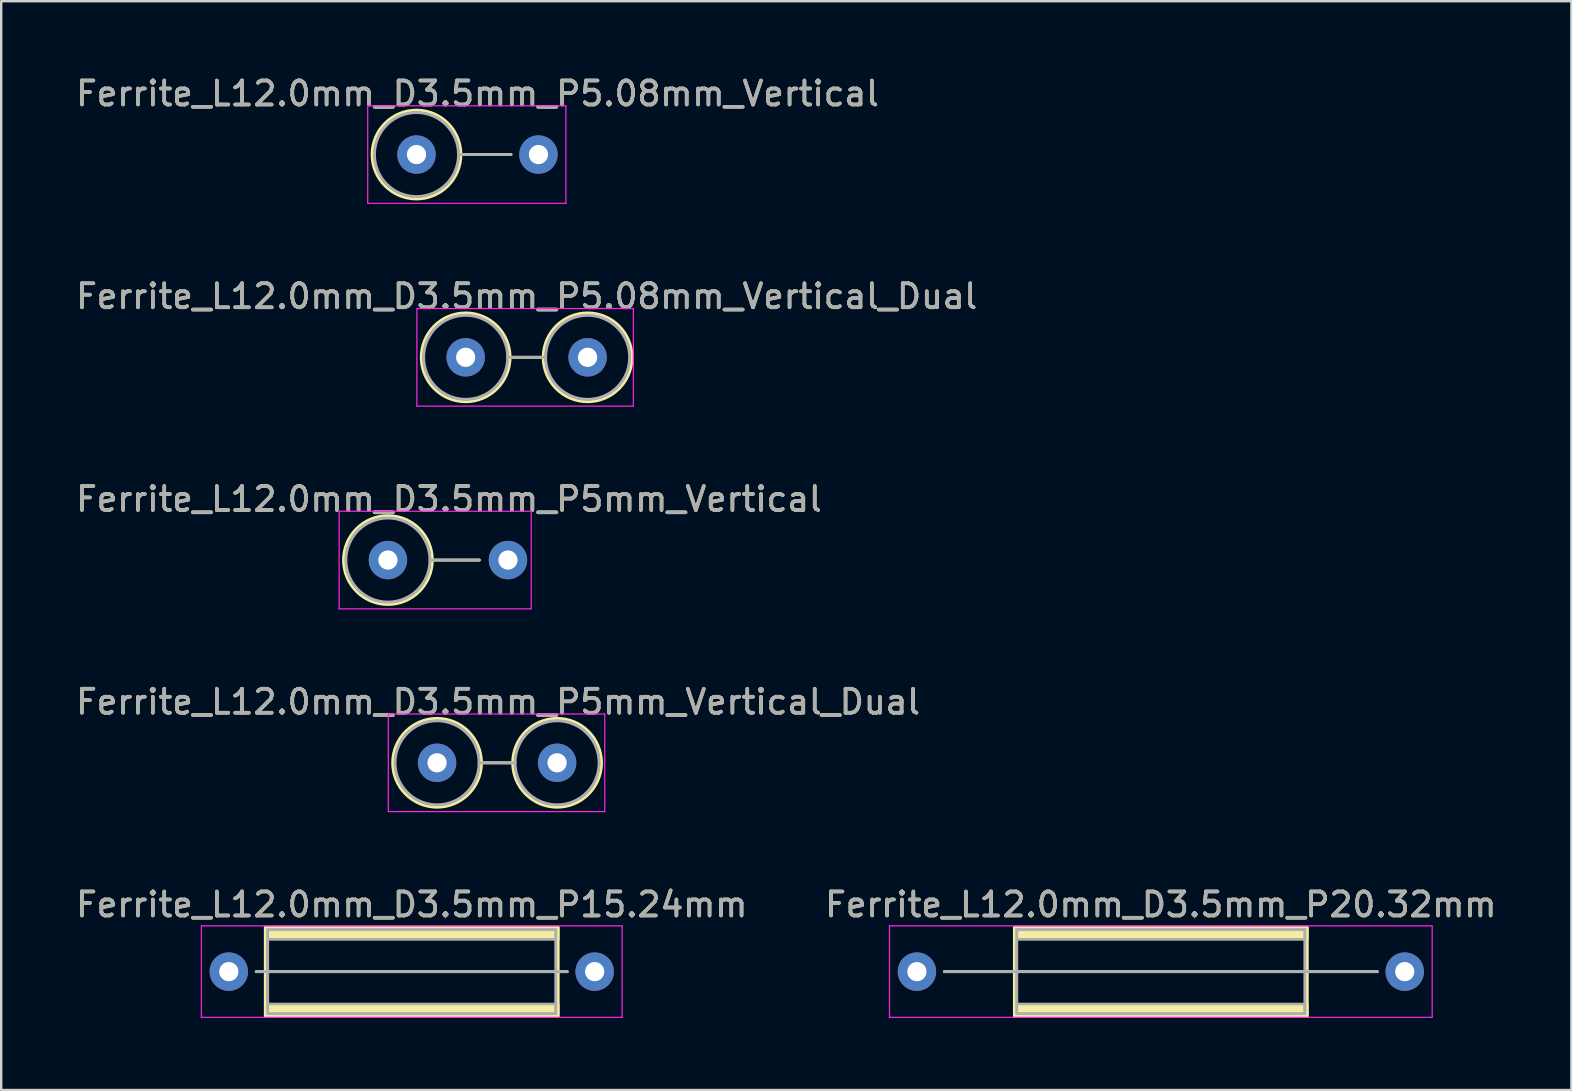
<source format=kicad_pcb>
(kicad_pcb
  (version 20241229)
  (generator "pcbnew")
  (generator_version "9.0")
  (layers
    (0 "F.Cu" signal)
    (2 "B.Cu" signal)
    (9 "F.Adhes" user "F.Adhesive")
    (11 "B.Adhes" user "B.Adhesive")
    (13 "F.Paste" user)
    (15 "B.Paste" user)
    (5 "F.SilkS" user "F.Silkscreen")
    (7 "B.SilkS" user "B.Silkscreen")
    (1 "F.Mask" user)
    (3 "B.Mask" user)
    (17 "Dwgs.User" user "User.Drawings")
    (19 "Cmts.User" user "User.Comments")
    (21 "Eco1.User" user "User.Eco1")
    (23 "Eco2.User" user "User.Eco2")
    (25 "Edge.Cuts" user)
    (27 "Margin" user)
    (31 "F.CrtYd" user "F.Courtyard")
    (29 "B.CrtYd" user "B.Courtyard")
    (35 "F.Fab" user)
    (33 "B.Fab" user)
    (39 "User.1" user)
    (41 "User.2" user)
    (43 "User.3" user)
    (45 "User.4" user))
  (footprint "Ferrite_L12.0mm_D3.5mm_P15.24mm"
    (layer "F.Cu")
    (at 6.481 37.423)
    (property "Reference" "Ferrite_L12.0mm_D3.5mm_P15.24mm" (at 7.62 -2.794 0) (layer "F.SilkS") (effects (font (size 1 1) (thickness 0.15))))
    (fp_line (start 9.234 0.000002) (end 1.143 0) (stroke (width 0.12) (type solid)) (layer "F.SilkS"))
    (fp_line (start 9.234 0.000002) (end 14.097 0) (stroke (width 0.12) (type solid)) (layer "F.SilkS"))
    (fp_rect (start 1.52 -1.85) (end 13.72 1.85) (stroke (width 0.12) (type solid)) (fill no) (layer "F.SilkS"))
    (fp_poly (pts (xy 1.52 1.35) (xy 13.72 1.35) (xy 13.72 1.85) (xy 1.52 1.85)) (stroke (width 0.1) (type solid)) (fill yes) (layer "F.SilkS"))
    (fp_poly (pts (xy 13.72 -1.35) (xy 1.52 -1.35) (xy 1.52 -1.85) (xy 13.72 -1.85)) (stroke (width 0.1) (type solid)) (fill yes) (layer "F.SilkS"))
    (fp_line (start -1.143 -1.905) (end 16.383 -1.905) (stroke (width 0.05) (type solid)) (layer "F.CrtYd"))
    (fp_line (start -1.143 1.905) (end -1.143 -1.905) (stroke (width 0.05) (type solid)) (layer "F.CrtYd"))
    (fp_line (start 16.383 -1.905) (end 16.383 1.905) (stroke (width 0.05) (type solid)) (layer "F.CrtYd"))
    (fp_line (start 16.383 1.905) (end -1.143 1.905) (stroke (width 0.05) (type solid)) (layer "F.CrtYd"))
    (fp_line (start 1.62 -1.75) (end 1.62 1.75) (stroke (width 0.12) (type solid)) (layer "F.Fab"))
    (fp_line (start 1.62 -1.75) (end 13.62 -1.75) (stroke (width 0.12) (type solid)) (layer "F.Fab"))
    (fp_line (start 9.107 0.000002) (end 1.143 0) (stroke (width 0.12) (type solid)) (layer "F.Fab"))
    (fp_line (start 9.144 0) (end 14.097 0) (stroke (width 0.12) (type solid)) (layer "F.Fab"))
    (fp_line (start 13.62 -1.75) (end 13.62 1.75) (stroke (width 0.12) (type solid)) (layer "F.Fab"))
    (fp_line (start 13.62 1.75) (end 1.62 1.75) (stroke (width 0.12) (type solid)) (layer "F.Fab"))
    (fp_poly (pts (xy 1.62 1.35) (xy 13.62 1.35) (xy 13.62 1.75) (xy 1.62 1.75)) (stroke (width 0.1) (type solid)) (fill no) (layer "F.Fab"))
    (fp_poly (pts (xy 13.62 -1.35) (xy 1.62 -1.35) (xy 1.62 -1.75) (xy 13.62 -1.75)) (stroke (width 0.1) (type solid)) (fill no) (layer "F.Fab"))
    (fp_text user "${REFERENCE}" (at 7.62 -2.793 0) (layer "F.Fab") (effects (font (size 1 1) (thickness 0.15))))
    (pad "1" thru_hole circle (at 0 0) (size 1.6 1.6) (drill 0.8) (layers "*.Cu" "*.Mask"))
    (pad "2" thru_hole circle (at 15.24 0) (size 1.6 1.6) (drill 0.8) (layers "*.Cu" "*.Mask")))
  (footprint "Ferrite_L12.0mm_D3.5mm_P5.08mm_Vertical_Dual"
    (layer "F.Cu")
    (at 16.347 11.834)
    (property "Reference" "Ferrite_L12.0mm_D3.5mm_P5.08mm_Vertical_Dual" (at 2.54 -2.54 0) (layer "F.SilkS") (effects (font (size 1 1) (thickness 0.15))))
    (fp_line (start 1.85 0) (end 3.23 0) (stroke (width 0.12) (type solid)) (layer "F.SilkS"))
    (fp_circle (center 0 0) (end 0 -1.85) (stroke (width 0.12) (type solid)) (fill no) (layer "F.SilkS"))
    (fp_circle (center 5.08 0) (end 5.08 -1.85) (stroke (width 0.12) (type solid)) (fill no) (layer "F.SilkS"))
    (fp_line (start -2.032 -2.032) (end 6.985 -2.032) (stroke (width 0.05) (type solid)) (layer "F.CrtYd"))
    (fp_line (start -2.032 2.032) (end -2.032 -2.032) (stroke (width 0.05) (type solid)) (layer "F.CrtYd"))
    (fp_line (start 6.985 -2.032) (end 6.985 2.032) (stroke (width 0.05) (type solid)) (layer "F.CrtYd"))
    (fp_line (start 6.985 2.032) (end -2.032 2.032) (stroke (width 0.05) (type solid)) (layer "F.CrtYd"))
    (fp_line (start 1.75 0) (end 3.33 0) (stroke (width 0.12) (type solid)) (layer "F.Fab"))
    (fp_circle (center 0 0) (end 0 -1.75) (stroke (width 0.12) (type solid)) (fill no) (layer "F.Fab"))
    (fp_circle (center 5.08 0) (end 5.08 -1.75) (stroke (width 0.12) (type solid)) (fill no) (layer "F.Fab"))
    (fp_text user "${REFERENCE}" (at 2.54 -2.539 0) (layer "F.Fab") (effects (font (size 1 1) (thickness 0.15))))
    (pad "1" thru_hole circle (at 0 0) (size 1.6 1.6) (drill 0.8) (layers "*.Cu" "*.Mask"))
    (pad "2" thru_hole circle (at 5.08 0) (size 1.6 1.6) (drill 0.8) (layers "*.Cu" "*.Mask")))
  (footprint "Ferrite_L12.0mm_D3.5mm_P5mm_Vertical"
    (layer "F.Cu")
    (at 13.109 20.279)
    (property "Reference" "Ferrite_L12.0mm_D3.5mm_P5mm_Vertical" (at 2.54 -2.54 0) (layer "F.SilkS") (effects (font (size 1 1) (thickness 0.15))))
    (fp_line (start 1.85 0) (end 3.81 0) (stroke (width 0.12) (type solid)) (layer "F.SilkS"))
    (fp_circle (center 0 0) (end 0 -1.85) (stroke (width 0.12) (type solid)) (fill no) (layer "F.SilkS"))
    (fp_line (start -2.032 -2.032) (end 5.969 -2.032) (stroke (width 0.05) (type solid)) (layer "F.CrtYd"))
    (fp_line (start -2.032 2.032) (end -2.032 -2.032) (stroke (width 0.05) (type solid)) (layer "F.CrtYd"))
    (fp_line (start 5.969 -2.032) (end 5.969 2.032) (stroke (width 0.05) (type solid)) (layer "F.CrtYd"))
    (fp_line (start 5.969 2.032) (end -2.032 2.032) (stroke (width 0.05) (type solid)) (layer "F.CrtYd"))
    (fp_line (start 1.75 0) (end 3.81 0) (stroke (width 0.12) (type solid)) (layer "F.Fab"))
    (fp_circle (center 0 0) (end 0 -1.75) (stroke (width 0.12) (type solid)) (fill no) (layer "F.Fab"))
    (fp_text user "${REFERENCE}" (at 2.54 -2.539 0) (layer "F.Fab") (effects (font (size 1 1) (thickness 0.15))))
    (pad "1" thru_hole circle (at 0 0) (size 1.6 1.6) (drill 0.8) (layers "*.Cu" "*.Mask"))
    (pad "2" thru_hole circle (at 5 0) (size 1.6 1.6) (drill 0.8) (layers "*.Cu" "*.Mask")))
  (footprint "Ferrite_L12.0mm_D3.5mm_P5mm_Vertical_Dual"
    (layer "F.Cu")
    (at 15.156 28.724)
    (property "Reference" "Ferrite_L12.0mm_D3.5mm_P5mm_Vertical_Dual" (at 2.54 -2.54 0) (layer "F.SilkS") (effects (font (size 1 1) (thickness 0.15))))
    (fp_line (start 1.85 0) (end 3.15 0) (stroke (width 0.12) (type solid)) (layer "F.SilkS"))
    (fp_circle (center 0 0) (end 0 -1.85) (stroke (width 0.12) (type solid)) (fill no) (layer "F.SilkS"))
    (fp_circle (center 5 0) (end 5 -1.85) (stroke (width 0.12) (type solid)) (fill no) (layer "F.SilkS"))
    (fp_line (start -2.032 -2.032) (end 6.985 -2.032) (stroke (width 0.05) (type solid)) (layer "F.CrtYd"))
    (fp_line (start -2.032 2.032) (end -2.032 -2.032) (stroke (width 0.05) (type solid)) (layer "F.CrtYd"))
    (fp_line (start 6.985 -2.032) (end 6.985 2.032) (stroke (width 0.05) (type solid)) (layer "F.CrtYd"))
    (fp_line (start 6.985 2.032) (end -2.032 2.032) (stroke (width 0.05) (type solid)) (layer "F.CrtYd"))
    (fp_line (start 1.75 0) (end 3.25 0) (stroke (width 0.12) (type solid)) (layer "F.Fab"))
    (fp_circle (center 0 0) (end 0 -1.75) (stroke (width 0.12) (type solid)) (fill no) (layer "F.Fab"))
    (fp_circle (center 5 0) (end 5 -1.75) (stroke (width 0.12) (type solid)) (fill no) (layer "F.Fab"))
    (fp_text user "${REFERENCE}" (at 2.54 -2.539 0) (layer "F.Fab") (effects (font (size 1 1) (thickness 0.15))))
    (pad "1" thru_hole circle (at 0 0) (size 1.6 1.6) (drill 0.8) (layers "*.Cu" "*.Mask"))
    (pad "2" thru_hole circle (at 5 0) (size 1.6 1.6) (drill 0.8) (layers "*.Cu" "*.Mask")))
  (footprint "Ferrite_L12.0mm_D3.5mm_P5.08mm_Vertical"
    (layer "F.Cu")
    (at 14.299 3.388)
    (property "Reference" "Ferrite_L12.0mm_D3.5mm_P5.08mm_Vertical" (at 2.54 -2.54 0) (layer "F.SilkS") (effects (font (size 1 1) (thickness 0.15))))
    (fp_line (start 1.85 0) (end 3.937 0) (stroke (width 0.12) (type solid)) (layer "F.SilkS"))
    (fp_circle (center 0 0) (end 0 -1.85) (stroke (width 0.12) (type solid)) (fill no) (layer "F.SilkS"))
    (fp_line (start -2.032 -2.032) (end 6.223 -2.032) (stroke (width 0.05) (type solid)) (layer "F.CrtYd"))
    (fp_line (start -2.032 2.032) (end -2.032 -2.032) (stroke (width 0.05) (type solid)) (layer "F.CrtYd"))
    (fp_line (start 6.223 -2.032) (end 6.223 2.032) (stroke (width 0.05) (type solid)) (layer "F.CrtYd"))
    (fp_line (start 6.223 2.032) (end -2.032 2.032) (stroke (width 0.05) (type solid)) (layer "F.CrtYd"))
    (fp_line (start 1.75 0) (end 3.937 0) (stroke (width 0.12) (type solid)) (layer "F.Fab"))
    (fp_circle (center 0 0) (end 0 -1.75) (stroke (width 0.12) (type solid)) (fill no) (layer "F.Fab"))
    (fp_text user "${REFERENCE}" (at 2.54 -2.539 0) (layer "F.Fab") (effects (font (size 1 1) (thickness 0.15))))
    (pad "1" thru_hole circle (at 0 0) (size 1.6 1.6) (drill 0.8) (layers "*.Cu" "*.Mask"))
    (pad "2" thru_hole circle (at 5.08 0) (size 1.6 1.6) (drill 0.8) (layers "*.Cu" "*.Mask")))
  (footprint "Ferrite_L12.0mm_D3.5mm_P20.32mm"
    (layer "F.Cu")
    (at 35.144 37.423)
    (property "Reference" "Ferrite_L12.0mm_D3.5mm_P20.32mm" (at 10.16 -2.794 0) (layer "F.SilkS") (effects (font (size 1 1) (thickness 0.15))))
    (fp_line (start 11.774 0.000002) (end 1.143 0) (stroke (width 0.12) (type solid)) (layer "F.SilkS"))
    (fp_line (start 11.774 0.000002) (end 19.177 0) (stroke (width 0.12) (type solid)) (layer "F.SilkS"))
    (fp_rect (start 4.06 -1.85) (end 16.26 1.85) (stroke (width 0.12) (type solid)) (fill no) (layer "F.SilkS"))
    (fp_poly (pts (xy 4.06 1.35) (xy 16.26 1.35) (xy 16.26 1.85) (xy 4.06 1.85)) (stroke (width 0.1) (type solid)) (fill yes) (layer "F.SilkS"))
    (fp_poly (pts (xy 16.26 -1.35) (xy 4.06 -1.35) (xy 4.06 -1.85) (xy 16.26 -1.85)) (stroke (width 0.1) (type solid)) (fill yes) (layer "F.SilkS"))
    (fp_line (start -1.143 -1.905) (end 21.463 -1.905) (stroke (width 0.05) (type solid)) (layer "F.CrtYd"))
    (fp_line (start -1.143 1.905) (end -1.143 -1.905) (stroke (width 0.05) (type solid)) (layer "F.CrtYd"))
    (fp_line (start 21.463 -1.905) (end 21.463 1.905) (stroke (width 0.05) (type solid)) (layer "F.CrtYd"))
    (fp_line (start 21.463 1.905) (end -1.143 1.905) (stroke (width 0.05) (type solid)) (layer "F.CrtYd"))
    (fp_line (start 4.16 -1.75) (end 4.16 1.75) (stroke (width 0.12) (type solid)) (layer "F.Fab"))
    (fp_line (start 4.16 -1.75) (end 16.16 -1.75) (stroke (width 0.12) (type solid)) (layer "F.Fab"))
    (fp_line (start 11.647 0.000002) (end 1.143 0) (stroke (width 0.12) (type solid)) (layer "F.Fab"))
    (fp_line (start 11.684 0) (end 19.177 0) (stroke (width 0.12) (type solid)) (layer "F.Fab"))
    (fp_line (start 16.16 -1.75) (end 16.16 1.75) (stroke (width 0.12) (type solid)) (layer "F.Fab"))
    (fp_line (start 16.16 1.75) (end 4.16 1.75) (stroke (width 0.12) (type solid)) (layer "F.Fab"))
    (fp_poly (pts (xy 4.16 1.35) (xy 16.16 1.35) (xy 16.16 1.75) (xy 4.16 1.75)) (stroke (width 0.1) (type solid)) (fill no) (layer "F.Fab"))
    (fp_poly (pts (xy 16.16 -1.35) (xy 4.16 -1.35) (xy 4.16 -1.75) (xy 16.16 -1.75)) (stroke (width 0.1) (type solid)) (fill no) (layer "F.Fab"))
    (fp_text user "${REFERENCE}" (at 10.16 -2.793 0) (layer "F.Fab") (effects (font (size 1 1) (thickness 0.15))))
    (pad "1" thru_hole circle (at 0 0) (size 1.6 1.6) (drill 0.8) (layers "*.Cu" "*.Mask"))
    (pad "2" thru_hole circle (at 20.32 0) (size 1.6 1.6) (drill 0.8) (layers "*.Cu" "*.Mask")))
  (gr_rect
    (start -3 -3)
    (end 62.405 42.353)
    (stroke (width 0.1) (type default))
    (fill no)
    (layer "Edge.Cuts")))
</source>
